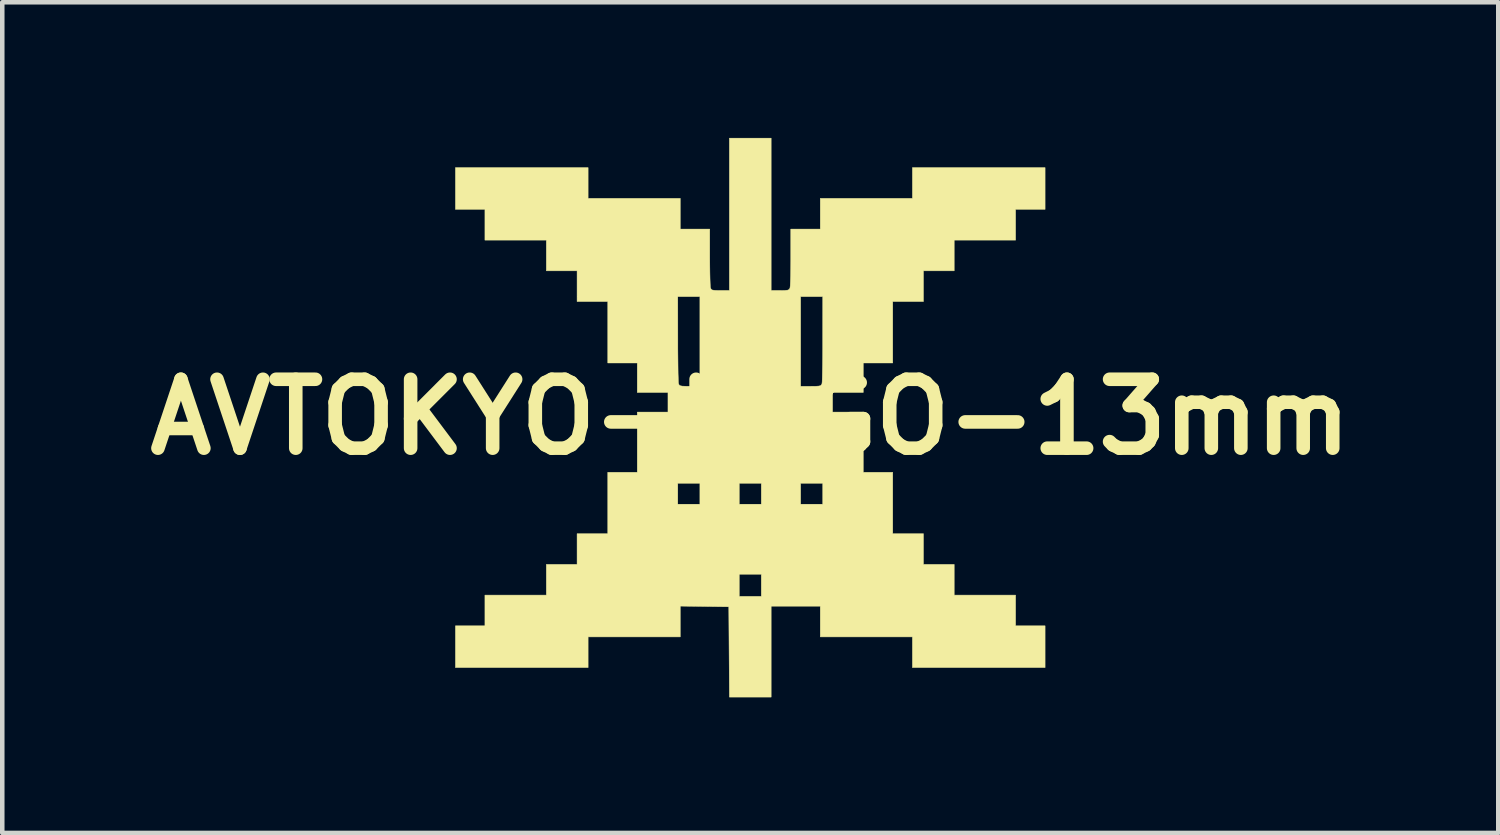
<source format=kicad_pcb>
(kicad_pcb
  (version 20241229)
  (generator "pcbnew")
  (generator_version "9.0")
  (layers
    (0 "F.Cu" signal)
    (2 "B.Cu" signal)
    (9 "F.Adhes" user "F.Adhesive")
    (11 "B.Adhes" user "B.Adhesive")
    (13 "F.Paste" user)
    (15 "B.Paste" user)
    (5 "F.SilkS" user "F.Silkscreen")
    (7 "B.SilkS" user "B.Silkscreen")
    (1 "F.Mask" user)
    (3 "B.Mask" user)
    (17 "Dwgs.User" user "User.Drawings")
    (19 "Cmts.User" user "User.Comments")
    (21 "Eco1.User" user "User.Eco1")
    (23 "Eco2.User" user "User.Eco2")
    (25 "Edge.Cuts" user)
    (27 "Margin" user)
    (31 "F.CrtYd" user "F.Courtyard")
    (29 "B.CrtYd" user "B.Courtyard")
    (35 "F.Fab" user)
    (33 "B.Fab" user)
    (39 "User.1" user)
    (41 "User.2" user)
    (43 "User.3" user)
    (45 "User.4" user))
  (footprint "AVTOKYO-LOGO-13mm"
    (layer "F.Cu")
    (at 13.542 6.172)
    (property "Reference" "AVTOKYO-LOGO-13mm" (at 0 0 0) (layer "F.SilkS") (effects (font (size 1.524 1.524) (thickness 0.3))))
    (attr through_hole)
    (fp_poly (pts (xy 0.462 -2.798) (xy 0.662 -2.798) (xy 0.766 -2.799) (xy 0.828 -2.806) (xy 0.86 -2.821) (xy 0.876 -2.848) (xy 0.879 -2.859) (xy 0.884 -2.903) (xy 0.888 -2.993) (xy 0.892 -3.12) (xy 0.894 -3.275) (xy 0.896 -3.45) (xy 0.896 -3.538) (xy 0.896 -4.156) (xy 1.548 -4.156) (xy 1.548 -4.836) (xy 3.586 -4.836) (xy 3.586 -5.515) (xy 6.52 -5.515) (xy 6.52 -4.591) (xy 5.868 -4.591) (xy 5.868 -3.912) (xy 4.51 -3.912) (xy 4.51 -3.233) (xy 3.83 -3.233) (xy 3.83 -2.554) (xy 3.151 -2.554) (xy 3.151 -1.195) (xy 2.499 -1.195) (xy 2.499 -0.543) (xy 1.82 -0.543) (xy 1.82 -0.109) (xy 2.499 -0.109) (xy 2.499 1.222) (xy 3.151 1.222) (xy 3.151 2.581) (xy 3.83 2.581) (xy 3.83 3.26) (xy 4.51 3.26) (xy 4.51 3.939) (xy 5.868 3.939) (xy 5.868 4.618) (xy 6.52 4.618) (xy 6.52 5.542) (xy 3.586 5.542) (xy 3.586 4.863) (xy 1.548 4.863) (xy 1.548 4.184) (xy 0.462 4.184) (xy 0.462 6.194) (xy -0.461 6.194) (xy -0.475 4.197) (xy -1.012 4.19) (xy -1.548 4.182) (xy -1.548 4.863) (xy -3.586 4.863) (xy -3.586 5.542) (xy -6.52 5.542) (xy -6.52 4.618) (xy -5.868 4.618) (xy -5.868 3.939) (xy -4.51 3.939) (xy -4.51 3.477) (xy -0.244 3.477) (xy -0.244 3.966) (xy 0.244 3.966) (xy 0.244 3.477) (xy -0.244 3.477) (xy -4.51 3.477) (xy -4.51 3.26) (xy -3.83 3.26) (xy -3.83 2.581) (xy -3.151 2.581) (xy -3.151 1.467) (xy -1.603 1.467) (xy -1.603 1.929) (xy -1.114 1.929) (xy -1.114 1.467) (xy -0.244 1.467) (xy -0.244 1.929) (xy 0.244 1.929) (xy 0.244 1.467) (xy 1.114 1.467) (xy 1.114 1.929) (xy 1.603 1.929) (xy 1.603 1.467) (xy 1.114 1.467) (xy 0.244 1.467) (xy -0.244 1.467) (xy -1.114 1.467) (xy -1.603 1.467) (xy -3.151 1.467) (xy -3.151 1.222) (xy -2.499 1.222) (xy -2.499 -0.109) (xy -1.82 -0.109) (xy -1.82 -0.543) (xy -2.499 -0.543) (xy -2.499 -1.195) (xy -3.151 -1.195) (xy -3.151 -2.554) (xy -3.83 -2.554) (xy -3.83 -2.662) (xy -1.603 -2.662) (xy -1.602 -1.732) (xy -1.602 -1.51) (xy -1.6 -1.303) (xy -1.598 -1.119) (xy -1.596 -0.963) (xy -1.592 -0.844) (xy -1.589 -0.766) (xy -1.586 -0.74) (xy -1.574 -0.71) (xy -1.55 -0.692) (xy -1.504 -0.683) (xy -1.422 -0.68) (xy -1.342 -0.679) (xy -1.114 -0.679) (xy -1.114 -2.662) (xy 1.114 -2.662) (xy 1.114 -0.679) (xy 1.342 -0.679) (xy 1.453 -0.68) (xy 1.522 -0.685) (xy 1.56 -0.697) (xy 1.578 -0.719) (xy 1.586 -0.74) (xy 1.59 -0.781) (xy 1.593 -0.87) (xy 1.596 -0.999) (xy 1.599 -1.162) (xy 1.601 -1.353) (xy 1.602 -1.564) (xy 1.602 -1.732) (xy 1.603 -2.662) (xy 1.114 -2.662) (xy -1.114 -2.662) (xy -1.603 -2.662) (xy -3.83 -2.662) (xy -3.83 -3.233) (xy -4.51 -3.233) (xy -4.51 -3.912) (xy -5.868 -3.912) (xy -5.868 -4.591) (xy -6.52 -4.591) (xy -6.52 -5.515) (xy -3.586 -5.515) (xy -3.586 -4.836) (xy -1.548 -4.836) (xy -1.548 -4.156) (xy -0.896 -4.156) (xy -0.896 -3.538) (xy -0.895 -3.357) (xy -0.893 -3.191) (xy -0.89 -3.05) (xy -0.886 -2.941) (xy -0.882 -2.874) (xy -0.879 -2.859) (xy -0.866 -2.828) (xy -0.841 -2.809) (xy -0.789 -2.801) (xy -0.7 -2.798) (xy -0.662 -2.798) (xy -0.462 -2.798) (xy -0.462 -6.167) (xy 0.462 -6.167) (xy 0.462 -2.798)) (stroke (width 0.01) (type solid)) (fill yes) (layer "F.SilkS")))
  (gr_rect
    (start -3 -3)
    (end 30.084 15.37)
    (stroke (width 0.1) (type default))
    (fill no)
    (layer "Edge.Cuts")))
</source>
